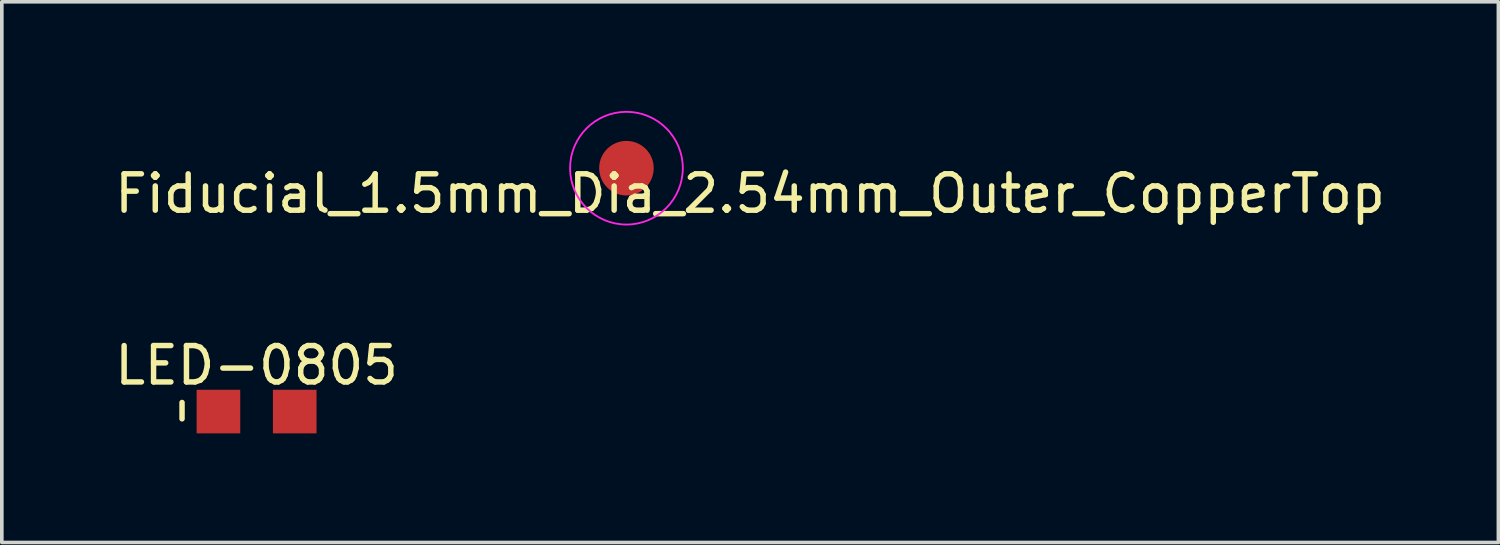
<source format=kicad_pcb>
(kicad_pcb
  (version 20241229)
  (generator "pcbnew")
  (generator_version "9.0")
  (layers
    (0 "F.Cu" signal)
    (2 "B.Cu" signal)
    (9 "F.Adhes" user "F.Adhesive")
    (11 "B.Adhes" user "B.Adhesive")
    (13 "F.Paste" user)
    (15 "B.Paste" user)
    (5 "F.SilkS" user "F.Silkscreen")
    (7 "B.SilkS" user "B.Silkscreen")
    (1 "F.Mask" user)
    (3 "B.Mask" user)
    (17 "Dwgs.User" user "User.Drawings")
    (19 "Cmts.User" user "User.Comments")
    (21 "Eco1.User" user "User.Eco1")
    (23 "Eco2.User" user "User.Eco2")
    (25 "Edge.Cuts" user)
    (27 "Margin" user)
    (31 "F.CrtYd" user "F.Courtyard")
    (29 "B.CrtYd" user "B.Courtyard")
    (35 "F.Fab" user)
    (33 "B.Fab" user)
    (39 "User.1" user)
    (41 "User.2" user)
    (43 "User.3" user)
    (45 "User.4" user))
  (footprint "LED-0805"
    (layer "F.Cu")
    (at 4.006 8.268)
    (property "Reference" "LED-0805" (at 0 -1.27 0) (layer "F.SilkS") (effects (font (size 1 1) (thickness 0.15))))
    (attr smd)
    (fp_line (start -2.05 -0.25) (end -2.05 0.2) (stroke (width 0.15) (type solid)) (layer "F.SilkS"))
    (pad "1" smd rect (at -1.049 0) (size 1.199 1.199) (layers "F.Cu" "F.Mask" "F.Paste"))
    (pad "2" smd rect (at 1.049 0) (size 1.199 1.199) (layers "F.Cu" "F.Mask" "F.Paste")))
  (footprint "Fiducial_1.5mm_Dia_2.54mm_Outer_CopperTop"
    (layer "F.Cu")
    (at 14.177 1.575)
    (property "Reference" "Fiducial_1.5mm_Dia_2.54mm_Outer_CopperTop" (at 3.4 0.7 0) (layer "F.SilkS") (effects (font (size 1 1) (thickness 0.15))))
    (attr exclude_from_pos_files exclude_from_bom)
    (fp_circle (center 0 0) (end 1.55 0) (stroke (width 0.05) (type solid)) (fill no) (layer "F.CrtYd"))
    (pad "~" smd circle (at 0 0) (size 1.5 1.5) (layers "F.Cu" "F.Mask")))
  (gr_rect
    (start -3 -3)
    (end 38.155 11.868)
    (stroke (width 0.1) (type default))
    (fill no)
    (layer "Edge.Cuts")))
</source>
